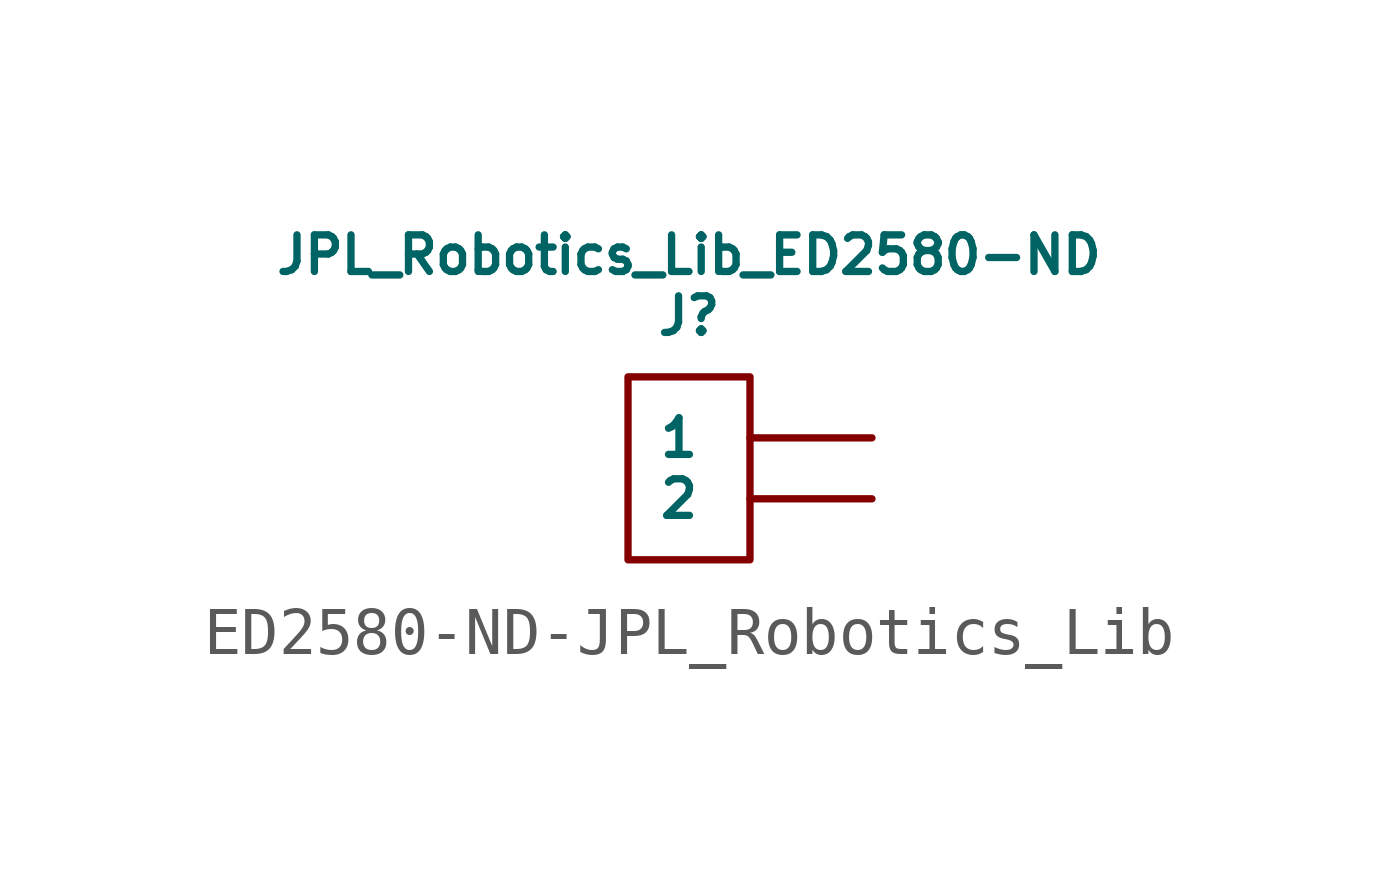
<source format=kicad_sym>
(kicad_symbol_lib
  (version 20231120)
  (generator "kicad_symbol_editor")
  (generator_version "8.0")
  (symbol "ED2580-ND-JPL_Robotics_Lib"
    (pin_numbers hide)
    (pin_names
      (offset 1.016))
    (property "Reference" "J"
      (at 0 5.08 0)
      (effects (font (size 0.762 0.762))))
    (property "Value" "JPL_Robotics_Lib_ED2580-ND"
      (at 0 6.35 0)
      (effects (font (size 0.762 0.762))))
    (symbol "ED2580-ND-JPL_Robotics_Lib_0_1"
      (rectangle (start 1.27 0) (end -1.27 3.81) (stroke (width 0) (type solid)) (fill (type none))))
    (symbol "ED2580-ND-JPL_Robotics_Lib_1_1"
      (pin passive line (at 3.81 2.54 180) (length 2.54) (name "1" (effects (font (size 0.762 0.762)))) (number "1" (effects (font (size 0.762 0.762)))))
      (pin passive line (at 3.81 1.27 180) (length 2.54) (name "2" (effects (font (size 0.762 0.762)))) (number "2" (effects (font (size 0.762 0.762))))))))
</source>
